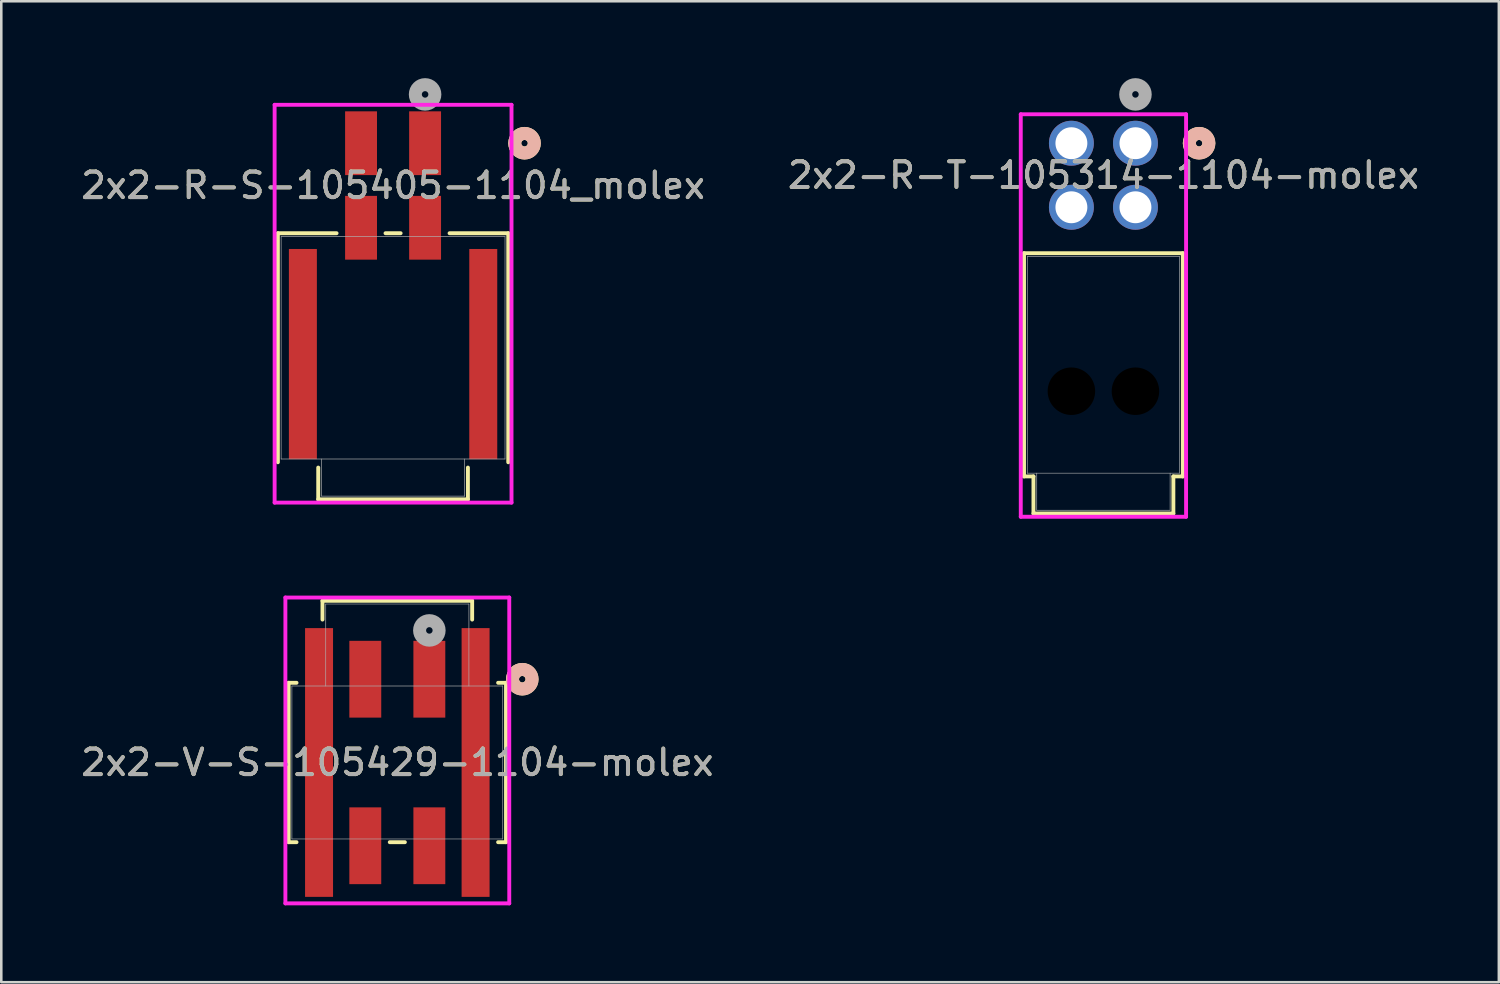
<source format=kicad_pcb>
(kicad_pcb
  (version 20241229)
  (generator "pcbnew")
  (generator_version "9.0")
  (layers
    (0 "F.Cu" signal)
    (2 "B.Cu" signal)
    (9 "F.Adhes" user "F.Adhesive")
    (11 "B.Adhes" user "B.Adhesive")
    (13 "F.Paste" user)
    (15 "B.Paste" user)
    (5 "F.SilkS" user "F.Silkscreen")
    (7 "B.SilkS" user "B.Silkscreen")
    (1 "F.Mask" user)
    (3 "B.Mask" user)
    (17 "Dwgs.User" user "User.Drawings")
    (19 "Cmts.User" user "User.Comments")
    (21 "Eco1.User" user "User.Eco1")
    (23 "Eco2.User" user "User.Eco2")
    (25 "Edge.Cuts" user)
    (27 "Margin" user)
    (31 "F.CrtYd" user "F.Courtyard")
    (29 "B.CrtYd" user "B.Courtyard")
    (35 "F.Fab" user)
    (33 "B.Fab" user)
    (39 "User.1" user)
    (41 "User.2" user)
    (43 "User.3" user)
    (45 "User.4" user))
  (footprint "2x2-V-S-105429-1104-molex"
    (layer "F.Cu")
    (at 12.458 26.711)
    (property "Reference" "2x2-V-S-105429-1104-molex" (at 0 0 0) (unlocked yes) (layer "F.SilkS") (effects (font (size 1 1) (thickness 0.15))))
    (attr smd)
    (fp_line (start -4.242 -3.111) (end -4.242 3.111) (stroke (width 0.152) (type solid)) (layer "F.SilkS"))
    (fp_line (start -4.242 3.111) (end -3.934 3.111) (stroke (width 0.152) (type solid)) (layer "F.SilkS"))
    (fp_line (start -3.934 -3.111) (end -4.242 -3.111) (stroke (width 0.152) (type solid)) (layer "F.SilkS"))
    (fp_line (start -2.921 -6.312) (end -2.921 -5.578) (stroke (width 0.152) (type solid)) (layer "F.SilkS"))
    (fp_line (start -0.295 3.111) (end 0.295 3.111) (stroke (width 0.152) (type solid)) (layer "F.SilkS"))
    (fp_line (start 2.921 -6.312) (end -2.921 -6.312) (stroke (width 0.152) (type solid)) (layer "F.SilkS"))
    (fp_line (start 2.921 -5.578) (end 2.921 -6.312) (stroke (width 0.152) (type solid)) (layer "F.SilkS"))
    (fp_line (start 3.934 3.111) (end 4.242 3.111) (stroke (width 0.152) (type solid)) (layer "F.SilkS"))
    (fp_line (start 4.242 -3.111) (end 3.934 -3.111) (stroke (width 0.152) (type solid)) (layer "F.SilkS"))
    (fp_line (start 4.242 3.111) (end 4.242 -3.111) (stroke (width 0.152) (type solid)) (layer "F.SilkS"))
    (fp_circle (center 4.877 -3.25) (end 5.258 -3.25) (stroke (width 0.508) (type solid)) (fill no) (layer "F.SilkS"))
    (fp_circle (center 4.877 -3.25) (end 5.258 -3.25) (stroke (width 0.508) (type solid)) (fill no) (layer "B.SilkS"))
    (fp_line (start -4.369 -6.439) (end -4.369 5.499) (stroke (width 0.152) (type solid)) (layer "F.CrtYd"))
    (fp_line (start -4.369 5.499) (end 4.369 5.499) (stroke (width 0.152) (type solid)) (layer "F.CrtYd"))
    (fp_line (start 4.369 -6.439) (end -4.369 -6.439) (stroke (width 0.152) (type solid)) (layer "F.CrtYd"))
    (fp_line (start 4.369 5.499) (end 4.369 -6.439) (stroke (width 0.152) (type solid)) (layer "F.CrtYd"))
    (fp_line (start -4.115 -2.985) (end -4.115 2.985) (stroke (width 0.025) (type solid)) (layer "F.Fab"))
    (fp_line (start -4.115 2.985) (end 4.115 2.985) (stroke (width 0.025) (type solid)) (layer "F.Fab"))
    (fp_line (start -2.794 -6.185) (end -2.794 -2.985) (stroke (width 0.025) (type solid)) (layer "F.Fab"))
    (fp_line (start -2.794 -6.185) (end 2.794 -6.185) (stroke (width 0.025) (type solid)) (layer "F.Fab"))
    (fp_line (start 2.794 -6.185) (end 2.794 -2.985) (stroke (width 0.025) (type solid)) (layer "F.Fab"))
    (fp_line (start 4.115 -2.985) (end -4.115 -2.985) (stroke (width 0.025) (type solid)) (layer "F.Fab"))
    (fp_line (start 4.115 2.985) (end 4.115 -2.985) (stroke (width 0.025) (type solid)) (layer "F.Fab"))
    (fp_circle (center 1.25 -5.155) (end 1.631 -5.155) (stroke (width 0.508) (type solid)) (fill no) (layer "F.Fab"))
    (fp_text user "${REFERENCE}" (at 0 0 0) (unlocked yes) (layer "F.Fab") (effects (font (size 1 1) (thickness 0.15))))
    (pad "1" smd rect (at 1.25 -3.25) (size 1.245 2.997) (layers "F.Cu" "F.Mask" "F.Paste"))
    (pad "2" smd rect (at -1.25 -3.25) (size 1.245 2.997) (layers "F.Cu" "F.Mask" "F.Paste"))
    (pad "3" smd rect (at 1.25 3.25) (size 1.245 2.997) (layers "F.Cu" "F.Mask" "F.Paste"))
    (pad "4" smd rect (at -1.25 3.25) (size 1.245 2.997) (layers "F.Cu" "F.Mask" "F.Paste"))
    (pad "5" smd rect (at -3.055 0) (size 1.092 10.49) (layers "F.Cu" "F.Mask" "F.Paste"))
    (pad "6" smd rect (at 3.055 0) (size 1.092 10.49) (layers "F.Cu" "F.Mask" "F.Paste")))
  (footprint "2x2-R-T-105314-1104-molex"
    (layer "F.Cu")
    (at 41.268 2.54)
    (property "Reference" "2x2-R-T-105314-1104-molex" (at -1.25 1.25 0) (unlocked yes) (layer "F.SilkS") (effects (font (size 1 1) (thickness 0.15))))
    (attr through_hole)
    (fp_line (start -4.349 4.293) (end 1.849 4.293) (stroke (width 0.152) (type solid)) (layer "F.SilkS"))
    (fp_line (start -4.349 13.005) (end -4.349 4.293) (stroke (width 0.152) (type solid)) (layer "F.SilkS"))
    (fp_line (start -3.981 13.005) (end -4.349 13.005) (stroke (width 0.152) (type solid)) (layer "F.SilkS"))
    (fp_line (start -3.981 14.453) (end -3.981 13.005) (stroke (width 0.152) (type solid)) (layer "F.SilkS"))
    (fp_line (start 1.48 13.005) (end 1.48 14.453) (stroke (width 0.152) (type solid)) (layer "F.SilkS"))
    (fp_line (start 1.48 14.453) (end -3.981 14.453) (stroke (width 0.152) (type solid)) (layer "F.SilkS"))
    (fp_line (start 1.849 4.293) (end 1.849 13.005) (stroke (width 0.152) (type solid)) (layer "F.SilkS"))
    (fp_line (start 1.849 13.005) (end 1.48 13.005) (stroke (width 0.152) (type solid)) (layer "F.SilkS"))
    (fp_circle (center 2.484 0) (end 2.865 0) (stroke (width 0.508) (type solid)) (fill no) (layer "F.SilkS"))
    (fp_circle (center 2.484 0) (end 2.865 0) (stroke (width 0.508) (type solid)) (fill no) (layer "B.SilkS"))
    (fp_line (start -4.476 -1.13) (end -4.476 14.58) (stroke (width 0.152) (type solid)) (layer "F.CrtYd"))
    (fp_line (start -4.476 14.58) (end 1.976 14.58) (stroke (width 0.152) (type solid)) (layer "F.CrtYd"))
    (fp_line (start 1.976 -1.13) (end -4.476 -1.13) (stroke (width 0.152) (type solid)) (layer "F.CrtYd"))
    (fp_line (start 1.976 14.58) (end 1.976 -1.13) (stroke (width 0.152) (type solid)) (layer "F.CrtYd"))
    (fp_line (start -4.222 4.42) (end -4.222 12.878) (stroke (width 0.025) (type solid)) (layer "F.Fab"))
    (fp_line (start -4.222 12.878) (end 1.722 12.878) (stroke (width 0.025) (type solid)) (layer "F.Fab"))
    (fp_line (start -3.853 12.878) (end -3.853 14.326) (stroke (width 0.025) (type solid)) (layer "F.Fab"))
    (fp_line (start -3.853 14.326) (end 1.353 14.326) (stroke (width 0.025) (type solid)) (layer "F.Fab"))
    (fp_line (start 1.353 14.326) (end 1.353 12.878) (stroke (width 0.025) (type solid)) (layer "F.Fab"))
    (fp_line (start 1.722 4.42) (end -4.222 4.42) (stroke (width 0.025) (type solid)) (layer "F.Fab"))
    (fp_line (start 1.722 12.878) (end 1.722 4.42) (stroke (width 0.025) (type solid)) (layer "F.Fab"))
    (fp_circle (center 0 -1.905) (end 0.381 -1.905) (stroke (width 0.508) (type solid)) (fill no) (layer "F.Fab"))
    (fp_text user "${REFERENCE}" (at -1.25 1.25 0) (unlocked yes) (layer "F.Fab") (effects (font (size 1 1) (thickness 0.15))))
    (pad "" np_thru_hole circle (at -2.5 9.68) (size 1.854 1.854) (drill 1.854) (layers))
    (pad "" np_thru_hole circle (at 0 9.68) (size 1.854 1.854) (drill 1.854) (layers))
    (pad "1" thru_hole circle (at 0 0) (size 1.753 1.753) (drill 1.245) (layers "*.Cu" "*.Mask"))
    (pad "2" thru_hole circle (at -2.5 0) (size 1.753 1.753) (drill 1.245) (layers "*.Cu" "*.Mask"))
    (pad "3" thru_hole circle (at 0 2.5) (size 1.753 1.753) (drill 1.245) (layers "*.Cu" "*.Mask"))
    (pad "4" thru_hole circle (at -2.5 2.5) (size 1.753 1.753) (drill 1.245) (layers "*.Cu" "*.Mask")))
  (footprint "2x2-R-S-105405-1104_molex"
    (layer "F.Cu")
    (at 12.292 10.523)
    (property "Reference" "2x2-R-S-105405-1104_molex" (at 0 -6.333 0) (unlocked yes) (layer "F.SilkS") (effects (font (size 1 1) (thickness 0.15))))
    (attr smd)
    (fp_line (start -4.496 -4.47) (end -4.496 4.47) (stroke (width 0.152) (type solid)) (layer "F.SilkS"))
    (fp_line (start -2.921 4.677) (end -2.921 5.918) (stroke (width 0.152) (type solid)) (layer "F.SilkS"))
    (fp_line (start -2.921 5.918) (end 2.921 5.918) (stroke (width 0.152) (type solid)) (layer "F.SilkS"))
    (fp_line (start -2.205 -4.47) (end -4.496 -4.47) (stroke (width 0.152) (type solid)) (layer "F.SilkS"))
    (fp_line (start 0.295 -4.47) (end -0.295 -4.47) (stroke (width 0.152) (type solid)) (layer "F.SilkS"))
    (fp_line (start 2.921 5.918) (end 2.921 4.677) (stroke (width 0.152) (type solid)) (layer "F.SilkS"))
    (fp_line (start 4.496 -4.47) (end 2.205 -4.47) (stroke (width 0.152) (type solid)) (layer "F.SilkS"))
    (fp_line (start 4.496 4.47) (end 4.496 -4.47) (stroke (width 0.152) (type solid)) (layer "F.SilkS"))
    (fp_circle (center 5.131 -7.983) (end 5.512 -7.983) (stroke (width 0.508) (type solid)) (fill no) (layer "F.SilkS"))
    (fp_circle (center 5.131 -7.983) (end 5.512 -7.983) (stroke (width 0.508) (type solid)) (fill no) (layer "B.SilkS"))
    (fp_line (start -4.623 -9.482) (end -4.623 6.045) (stroke (width 0.152) (type solid)) (layer "F.CrtYd"))
    (fp_line (start -4.623 6.045) (end 4.623 6.045) (stroke (width 0.152) (type solid)) (layer "F.CrtYd"))
    (fp_line (start 4.623 -9.482) (end -4.623 -9.482) (stroke (width 0.152) (type solid)) (layer "F.CrtYd"))
    (fp_line (start 4.623 6.045) (end 4.623 -9.482) (stroke (width 0.152) (type solid)) (layer "F.CrtYd"))
    (fp_line (start -4.369 -4.343) (end -4.369 4.343) (stroke (width 0.025) (type solid)) (layer "F.Fab"))
    (fp_line (start -4.369 4.343) (end 4.369 4.343) (stroke (width 0.025) (type solid)) (layer "F.Fab"))
    (fp_line (start -2.794 4.343) (end -2.794 5.791) (stroke (width 0.025) (type solid)) (layer "F.Fab"))
    (fp_line (start -2.794 5.791) (end 2.794 5.791) (stroke (width 0.025) (type solid)) (layer "F.Fab"))
    (fp_line (start 2.794 5.791) (end 2.794 4.343) (stroke (width 0.025) (type solid)) (layer "F.Fab"))
    (fp_line (start 4.369 -4.343) (end -4.369 -4.343) (stroke (width 0.025) (type solid)) (layer "F.Fab"))
    (fp_line (start 4.369 4.343) (end 4.369 -4.343) (stroke (width 0.025) (type solid)) (layer "F.Fab"))
    (fp_circle (center 1.25 -9.888) (end 1.631 -9.888) (stroke (width 0.508) (type solid)) (fill no) (layer "F.Fab"))
    (fp_text user "${REFERENCE}" (at 0 -6.333 0) (unlocked yes) (layer "F.Fab") (effects (font (size 1 1) (thickness 0.15))))
    (pad "1" smd rect (at 1.25 -7.983) (size 1.245 2.489) (layers "F.Cu" "F.Mask" "F.Paste"))
    (pad "2" smd rect (at -1.25 -7.983) (size 1.245 2.489) (layers "F.Cu" "F.Mask" "F.Paste"))
    (pad "3" smd rect (at 1.25 -4.683) (size 1.245 2.489) (layers "F.Cu" "F.Mask" "F.Paste"))
    (pad "4" smd rect (at -1.25 -4.683) (size 1.245 2.489) (layers "F.Cu" "F.Mask" "F.Paste"))
    (pad "5" smd rect (at -3.52 0.247) (size 1.092 8.204) (layers "F.Cu" "F.Mask" "F.Paste"))
    (pad "6" smd rect (at 3.52 0.247) (size 1.092 8.204) (layers "F.Cu" "F.Mask" "F.Paste")))
  (gr_rect
    (start -3 -3)
    (end 55.452 35.287)
    (stroke (width 0.1) (type default))
    (fill no)
    (layer "Edge.Cuts")))
</source>
